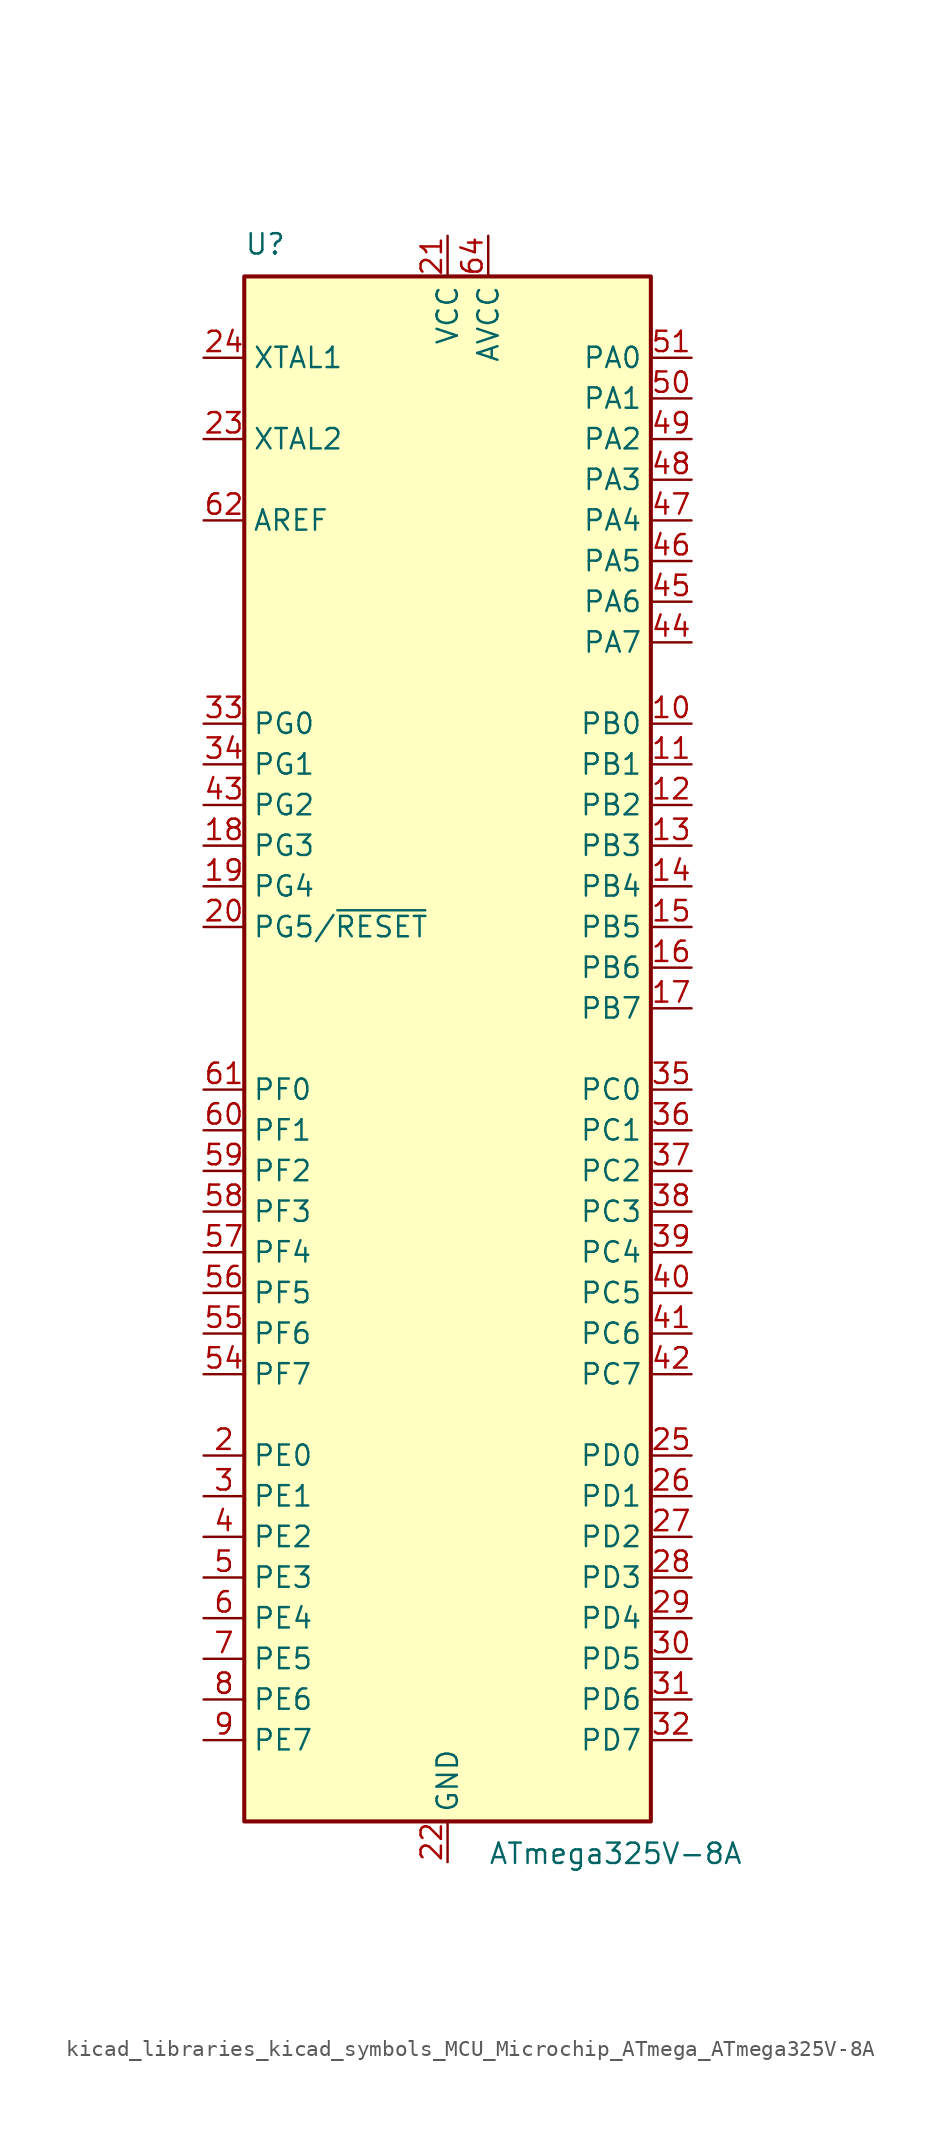
<source format=kicad_sym>
(kicad_symbol_lib
  (version 20220914)
  (generator kicad_symbol_editor)
  (symbol "kicad_libraries_kicad_symbols_MCU_Microchip_ATmega_ATmega325V-8A"
    (property "Reference" "U"
      (at -12.7 49.53 0)
      (effects (font (size 1.27 1.27)) (justify left bottom)))
    (property "Value" "ATmega325V-8A"
      (at 2.54 -49.53 0)
      (effects (font (size 1.27 1.27)) (justify left top)))
    (symbol "kicad_libraries_kicad_symbols_MCU_Microchip_ATmega_ATmega325V-8A_0_1"
      (rectangle (start -12.7 -48.26) (end 12.7 48.26) (stroke (width 0.254) (type default)) (fill (type background))))
    (symbol "kicad_libraries_kicad_symbols_MCU_Microchip_ATmega_ATmega325V-8A_1_1"
      (pin no_connect line (at -12.7 -45.72 0) (length 2.54) hide (name "NC" (effects (font (size 1.27 1.27)))) (number "1" (effects (font (size 1.27 1.27)))))
      (pin bidirectional line (at 15.24 20.32 180) (length 2.54) (name "PB0" (effects (font (size 1.27 1.27)))) (number "10" (effects (font (size 1.27 1.27)))))
      (pin bidirectional line (at 15.24 17.78 180) (length 2.54) (name "PB1" (effects (font (size 1.27 1.27)))) (number "11" (effects (font (size 1.27 1.27)))))
      (pin bidirectional line (at 15.24 15.24 180) (length 2.54) (name "PB2" (effects (font (size 1.27 1.27)))) (number "12" (effects (font (size 1.27 1.27)))))
      (pin bidirectional line (at 15.24 12.7 180) (length 2.54) (name "PB3" (effects (font (size 1.27 1.27)))) (number "13" (effects (font (size 1.27 1.27)))))
      (pin bidirectional line (at 15.24 10.16 180) (length 2.54) (name "PB4" (effects (font (size 1.27 1.27)))) (number "14" (effects (font (size 1.27 1.27)))))
      (pin bidirectional line (at 15.24 7.62 180) (length 2.54) (name "PB5" (effects (font (size 1.27 1.27)))) (number "15" (effects (font (size 1.27 1.27)))))
      (pin bidirectional line (at 15.24 5.08 180) (length 2.54) (name "PB6" (effects (font (size 1.27 1.27)))) (number "16" (effects (font (size 1.27 1.27)))))
      (pin bidirectional line (at 15.24 2.54 180) (length 2.54) (name "PB7" (effects (font (size 1.27 1.27)))) (number "17" (effects (font (size 1.27 1.27)))))
      (pin bidirectional line (at -15.24 12.7 0) (length 2.54) (name "PG3" (effects (font (size 1.27 1.27)))) (number "18" (effects (font (size 1.27 1.27)))))
      (pin bidirectional line (at -15.24 10.16 0) (length 2.54) (name "PG4" (effects (font (size 1.27 1.27)))) (number "19" (effects (font (size 1.27 1.27)))))
      (pin bidirectional line (at -15.24 -25.4 0) (length 2.54) (name "PE0" (effects (font (size 1.27 1.27)))) (number "2" (effects (font (size 1.27 1.27)))))
      (pin bidirectional line (at -15.24 7.62 0) (length 2.54) (name "PG5/~{RESET}" (effects (font (size 1.27 1.27)))) (number "20" (effects (font (size 1.27 1.27)))))
      (pin power_in line (at 0 50.8 270) (length 2.54) (name "VCC" (effects (font (size 1.27 1.27)))) (number "21" (effects (font (size 1.27 1.27)))))
      (pin power_in line (at 0 -50.8 90) (length 2.54) (name "GND" (effects (font (size 1.27 1.27)))) (number "22" (effects (font (size 1.27 1.27)))))
      (pin output line (at -15.24 38.1 0) (length 2.54) (name "XTAL2" (effects (font (size 1.27 1.27)))) (number "23" (effects (font (size 1.27 1.27)))))
      (pin input line (at -15.24 43.18 0) (length 2.54) (name "XTAL1" (effects (font (size 1.27 1.27)))) (number "24" (effects (font (size 1.27 1.27)))))
      (pin bidirectional line (at 15.24 -25.4 180) (length 2.54) (name "PD0" (effects (font (size 1.27 1.27)))) (number "25" (effects (font (size 1.27 1.27)))))
      (pin bidirectional line (at 15.24 -27.94 180) (length 2.54) (name "PD1" (effects (font (size 1.27 1.27)))) (number "26" (effects (font (size 1.27 1.27)))))
      (pin bidirectional line (at 15.24 -30.48 180) (length 2.54) (name "PD2" (effects (font (size 1.27 1.27)))) (number "27" (effects (font (size 1.27 1.27)))))
      (pin bidirectional line (at 15.24 -33.02 180) (length 2.54) (name "PD3" (effects (font (size 1.27 1.27)))) (number "28" (effects (font (size 1.27 1.27)))))
      (pin bidirectional line (at 15.24 -35.56 180) (length 2.54) (name "PD4" (effects (font (size 1.27 1.27)))) (number "29" (effects (font (size 1.27 1.27)))))
      (pin bidirectional line (at -15.24 -27.94 0) (length 2.54) (name "PE1" (effects (font (size 1.27 1.27)))) (number "3" (effects (font (size 1.27 1.27)))))
      (pin bidirectional line (at 15.24 -38.1 180) (length 2.54) (name "PD5" (effects (font (size 1.27 1.27)))) (number "30" (effects (font (size 1.27 1.27)))))
      (pin bidirectional line (at 15.24 -40.64 180) (length 2.54) (name "PD6" (effects (font (size 1.27 1.27)))) (number "31" (effects (font (size 1.27 1.27)))))
      (pin bidirectional line (at 15.24 -43.18 180) (length 2.54) (name "PD7" (effects (font (size 1.27 1.27)))) (number "32" (effects (font (size 1.27 1.27)))))
      (pin bidirectional line (at -15.24 20.32 0) (length 2.54) (name "PG0" (effects (font (size 1.27 1.27)))) (number "33" (effects (font (size 1.27 1.27)))))
      (pin bidirectional line (at -15.24 17.78 0) (length 2.54) (name "PG1" (effects (font (size 1.27 1.27)))) (number "34" (effects (font (size 1.27 1.27)))))
      (pin bidirectional line (at 15.24 -2.54 180) (length 2.54) (name "PC0" (effects (font (size 1.27 1.27)))) (number "35" (effects (font (size 1.27 1.27)))))
      (pin bidirectional line (at 15.24 -5.08 180) (length 2.54) (name "PC1" (effects (font (size 1.27 1.27)))) (number "36" (effects (font (size 1.27 1.27)))))
      (pin bidirectional line (at 15.24 -7.62 180) (length 2.54) (name "PC2" (effects (font (size 1.27 1.27)))) (number "37" (effects (font (size 1.27 1.27)))))
      (pin bidirectional line (at 15.24 -10.16 180) (length 2.54) (name "PC3" (effects (font (size 1.27 1.27)))) (number "38" (effects (font (size 1.27 1.27)))))
      (pin bidirectional line (at 15.24 -12.7 180) (length 2.54) (name "PC4" (effects (font (size 1.27 1.27)))) (number "39" (effects (font (size 1.27 1.27)))))
      (pin bidirectional line (at -15.24 -30.48 0) (length 2.54) (name "PE2" (effects (font (size 1.27 1.27)))) (number "4" (effects (font (size 1.27 1.27)))))
      (pin bidirectional line (at 15.24 -15.24 180) (length 2.54) (name "PC5" (effects (font (size 1.27 1.27)))) (number "40" (effects (font (size 1.27 1.27)))))
      (pin bidirectional line (at 15.24 -17.78 180) (length 2.54) (name "PC6" (effects (font (size 1.27 1.27)))) (number "41" (effects (font (size 1.27 1.27)))))
      (pin bidirectional line (at 15.24 -20.32 180) (length 2.54) (name "PC7" (effects (font (size 1.27 1.27)))) (number "42" (effects (font (size 1.27 1.27)))))
      (pin bidirectional line (at -15.24 15.24 0) (length 2.54) (name "PG2" (effects (font (size 1.27 1.27)))) (number "43" (effects (font (size 1.27 1.27)))))
      (pin bidirectional line (at 15.24 25.4 180) (length 2.54) (name "PA7" (effects (font (size 1.27 1.27)))) (number "44" (effects (font (size 1.27 1.27)))))
      (pin bidirectional line (at 15.24 27.94 180) (length 2.54) (name "PA6" (effects (font (size 1.27 1.27)))) (number "45" (effects (font (size 1.27 1.27)))))
      (pin bidirectional line (at 15.24 30.48 180) (length 2.54) (name "PA5" (effects (font (size 1.27 1.27)))) (number "46" (effects (font (size 1.27 1.27)))))
      (pin bidirectional line (at 15.24 33.02 180) (length 2.54) (name "PA4" (effects (font (size 1.27 1.27)))) (number "47" (effects (font (size 1.27 1.27)))))
      (pin bidirectional line (at 15.24 35.56 180) (length 2.54) (name "PA3" (effects (font (size 1.27 1.27)))) (number "48" (effects (font (size 1.27 1.27)))))
      (pin bidirectional line (at 15.24 38.1 180) (length 2.54) (name "PA2" (effects (font (size 1.27 1.27)))) (number "49" (effects (font (size 1.27 1.27)))))
      (pin bidirectional line (at -15.24 -33.02 0) (length 2.54) (name "PE3" (effects (font (size 1.27 1.27)))) (number "5" (effects (font (size 1.27 1.27)))))
      (pin bidirectional line (at 15.24 40.64 180) (length 2.54) (name "PA1" (effects (font (size 1.27 1.27)))) (number "50" (effects (font (size 1.27 1.27)))))
      (pin bidirectional line (at 15.24 43.18 180) (length 2.54) (name "PA0" (effects (font (size 1.27 1.27)))) (number "51" (effects (font (size 1.27 1.27)))))
      (pin passive line (at 0 50.8 270) (length 2.54) hide (name "VCC" (effects (font (size 1.27 1.27)))) (number "52" (effects (font (size 1.27 1.27)))))
      (pin passive line (at 0 -50.8 90) (length 2.54) hide (name "GND" (effects (font (size 1.27 1.27)))) (number "53" (effects (font (size 1.27 1.27)))))
      (pin bidirectional line (at -15.24 -20.32 0) (length 2.54) (name "PF7" (effects (font (size 1.27 1.27)))) (number "54" (effects (font (size 1.27 1.27)))))
      (pin bidirectional line (at -15.24 -17.78 0) (length 2.54) (name "PF6" (effects (font (size 1.27 1.27)))) (number "55" (effects (font (size 1.27 1.27)))))
      (pin bidirectional line (at -15.24 -15.24 0) (length 2.54) (name "PF5" (effects (font (size 1.27 1.27)))) (number "56" (effects (font (size 1.27 1.27)))))
      (pin bidirectional line (at -15.24 -12.7 0) (length 2.54) (name "PF4" (effects (font (size 1.27 1.27)))) (number "57" (effects (font (size 1.27 1.27)))))
      (pin bidirectional line (at -15.24 -10.16 0) (length 2.54) (name "PF3" (effects (font (size 1.27 1.27)))) (number "58" (effects (font (size 1.27 1.27)))))
      (pin bidirectional line (at -15.24 -7.62 0) (length 2.54) (name "PF2" (effects (font (size 1.27 1.27)))) (number "59" (effects (font (size 1.27 1.27)))))
      (pin bidirectional line (at -15.24 -35.56 0) (length 2.54) (name "PE4" (effects (font (size 1.27 1.27)))) (number "6" (effects (font (size 1.27 1.27)))))
      (pin bidirectional line (at -15.24 -5.08 0) (length 2.54) (name "PF1" (effects (font (size 1.27 1.27)))) (number "60" (effects (font (size 1.27 1.27)))))
      (pin bidirectional line (at -15.24 -2.54 0) (length 2.54) (name "PF0" (effects (font (size 1.27 1.27)))) (number "61" (effects (font (size 1.27 1.27)))))
      (pin passive line (at -15.24 33.02 0) (length 2.54) (name "AREF" (effects (font (size 1.27 1.27)))) (number "62" (effects (font (size 1.27 1.27)))))
      (pin passive line (at 0 -50.8 90) (length 2.54) hide (name "GND" (effects (font (size 1.27 1.27)))) (number "63" (effects (font (size 1.27 1.27)))))
      (pin power_in line (at 2.54 50.8 270) (length 2.54) (name "AVCC" (effects (font (size 1.27 1.27)))) (number "64" (effects (font (size 1.27 1.27)))))
      (pin bidirectional line (at -15.24 -38.1 0) (length 2.54) (name "PE5" (effects (font (size 1.27 1.27)))) (number "7" (effects (font (size 1.27 1.27)))))
      (pin bidirectional line (at -15.24 -40.64 0) (length 2.54) (name "PE6" (effects (font (size 1.27 1.27)))) (number "8" (effects (font (size 1.27 1.27)))))
      (pin bidirectional line (at -15.24 -43.18 0) (length 2.54) (name "PE7" (effects (font (size 1.27 1.27)))) (number "9" (effects (font (size 1.27 1.27))))))))
</source>
